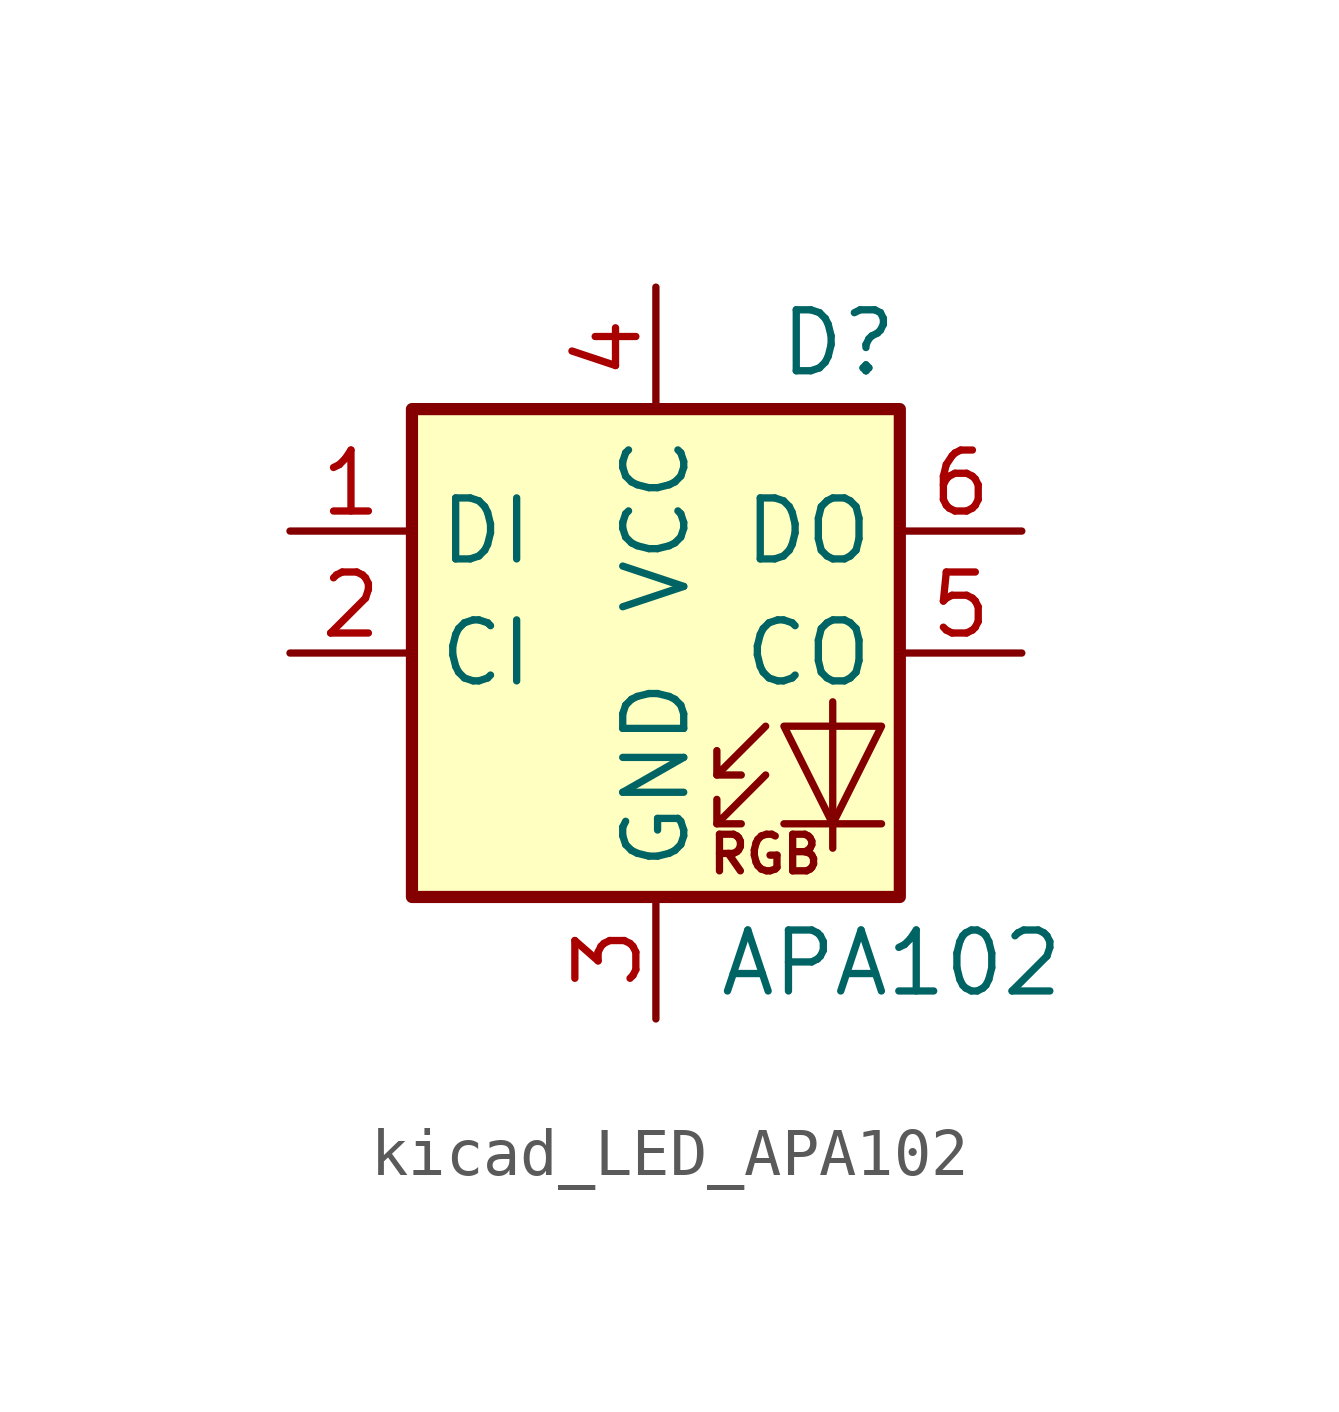
<source format=kicad_sym>
(kicad_symbol_lib
  (version 20220914)
  (generator kicad_symbol_editor)
  (symbol "kicad_LED_APA102"
    (property "Reference" "D"
      (at 5.08 5.715 0)
      (effects (font (size 1.27 1.27)) (justify right bottom)))
    (property "Value" "APA102"
      (at 1.27 -5.715 0)
      (effects (font (size 1.27 1.27)) (justify left top)))
    (symbol "kicad_LED_APA102_0_0"
      (text "RGB" (at 2.286 -4.191 0) (effects (font (size 0.762 0.762)))))
    (symbol "kicad_LED_APA102_0_1"
      (polyline (pts (xy 1.27 -3.556) (xy 1.778 -3.556)) (stroke (width 0) (type default)) (fill (type none)))
      (polyline (pts (xy 1.27 -2.54) (xy 1.778 -2.54)) (stroke (width 0) (type default)) (fill (type none)))
      (polyline (pts (xy 4.699 -3.556) (xy 2.667 -3.556)) (stroke (width 0) (type default)) (fill (type none)))
      (polyline (pts (xy 2.286 -2.54) (xy 1.27 -3.556) (xy 1.27 -3.048)) (stroke (width 0) (type default)) (fill (type none)))
      (polyline (pts (xy 2.286 -1.524) (xy 1.27 -2.54) (xy 1.27 -2.032)) (stroke (width 0) (type default)) (fill (type none)))
      (polyline (pts (xy 3.683 -1.016) (xy 3.683 -3.556) (xy 3.683 -4.064)) (stroke (width 0) (type default)) (fill (type none)))
      (polyline (pts (xy 4.699 -1.524) (xy 2.667 -1.524) (xy 3.683 -3.556) (xy 4.699 -1.524)) (stroke (width 0) (type default)) (fill (type none)))
      (rectangle (start 5.08 5.08) (end -5.08 -5.08) (stroke (width 0.254) (type default)) (fill (type background))))
    (symbol "kicad_LED_APA102_1_1"
      (pin input line (at -7.62 2.54 0) (length 2.54) (name "DI" (effects (font (size 1.27 1.27)))) (number "1" (effects (font (size 1.27 1.27)))))
      (pin input line (at -7.62 0 0) (length 2.54) (name "CI" (effects (font (size 1.27 1.27)))) (number "2" (effects (font (size 1.27 1.27)))))
      (pin power_in line (at 0 -7.62 90) (length 2.54) (name "GND" (effects (font (size 1.27 1.27)))) (number "3" (effects (font (size 1.27 1.27)))))
      (pin power_in line (at 0 7.62 270) (length 2.54) (name "VCC" (effects (font (size 1.27 1.27)))) (number "4" (effects (font (size 1.27 1.27)))))
      (pin output line (at 7.62 0 180) (length 2.54) (name "CO" (effects (font (size 1.27 1.27)))) (number "5" (effects (font (size 1.27 1.27)))))
      (pin output line (at 7.62 2.54 180) (length 2.54) (name "DO" (effects (font (size 1.27 1.27)))) (number "6" (effects (font (size 1.27 1.27))))))))
</source>
